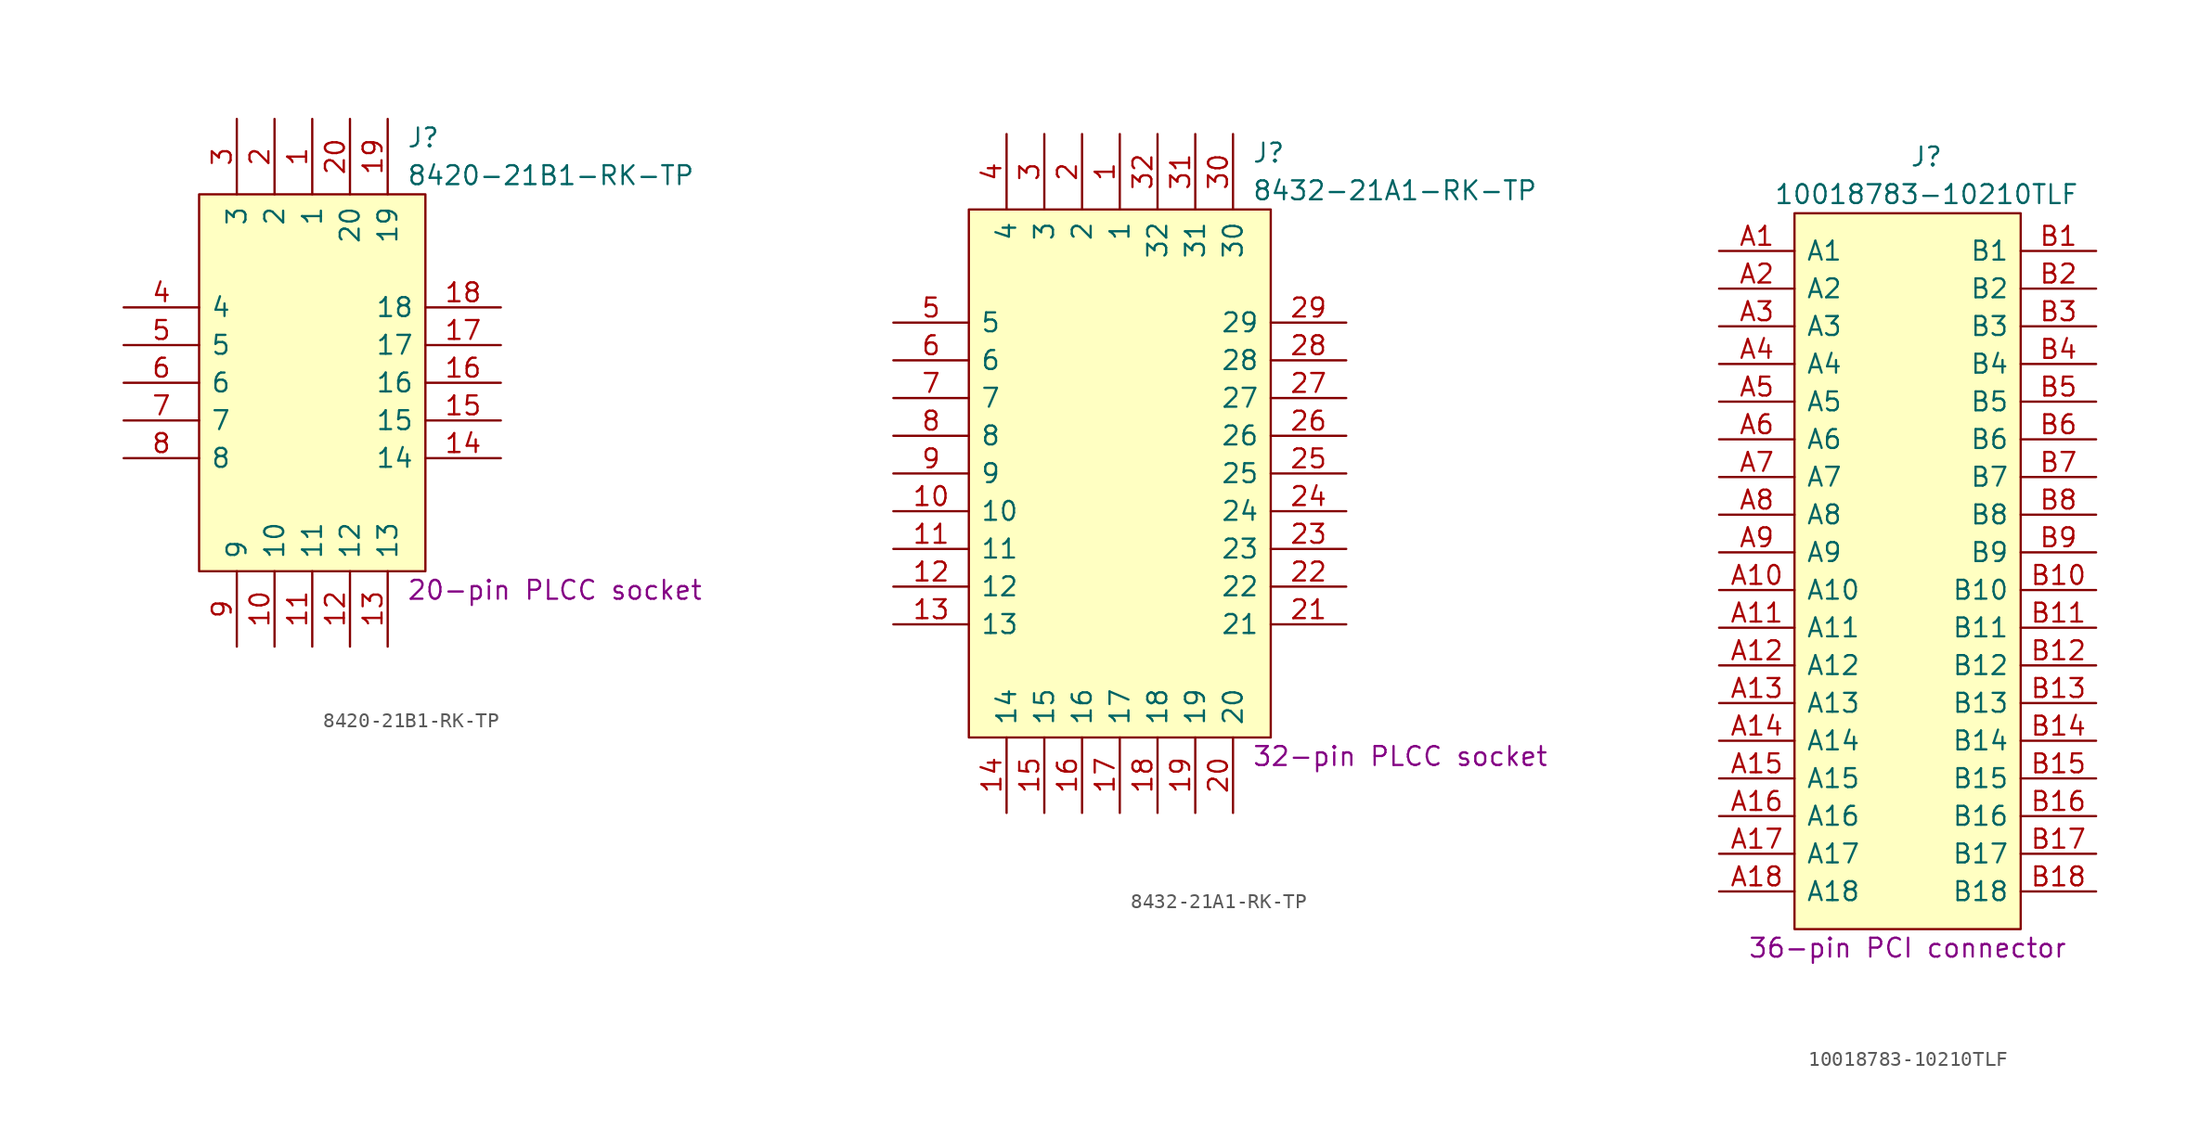
<source format=kicad_sym>
(kicad_symbol_lib
  (version 20220914)
  (generator kicad_symbol_editor)
  (symbol "8420-21B1-RK-TP"
    (pin_names
      (offset 0.762))
    (property "Reference" "J"
      (at 19.05 11.43 0)
      (effects (font (size 1.27 1.27)) (justify left)))
    (property "Value" "8420-21B1-RK-TP"
      (at 19.05 8.89 0)
      (effects (font (size 1.27 1.27)) (justify left)))
    (property "Description" "20-pin PLCC socket"
      (at 19.05 -19.05 0)
      (effects (font (size 1.27 1.27)) (justify left)))
    (symbol "8420-21B1-RK-TP_0_0"
      (pin passive line (at 12.7 12.7 270) (length 5.08) (name "1" (effects (font (size 1.27 1.27)))) (number "1" (effects (font (size 1.27 1.27)))))
      (pin passive line (at 10.16 -22.86 90) (length 5.08) (name "10" (effects (font (size 1.27 1.27)))) (number "10" (effects (font (size 1.27 1.27)))))
      (pin passive line (at 12.7 -22.86 90) (length 5.08) (name "11" (effects (font (size 1.27 1.27)))) (number "11" (effects (font (size 1.27 1.27)))))
      (pin passive line (at 15.24 -22.86 90) (length 5.08) (name "12" (effects (font (size 1.27 1.27)))) (number "12" (effects (font (size 1.27 1.27)))))
      (pin passive line (at 17.78 -22.86 90) (length 5.08) (name "13" (effects (font (size 1.27 1.27)))) (number "13" (effects (font (size 1.27 1.27)))))
      (pin passive line (at 25.4 -10.16 180) (length 5.08) (name "14" (effects (font (size 1.27 1.27)))) (number "14" (effects (font (size 1.27 1.27)))))
      (pin passive line (at 25.4 -7.62 180) (length 5.08) (name "15" (effects (font (size 1.27 1.27)))) (number "15" (effects (font (size 1.27 1.27)))))
      (pin passive line (at 25.4 -5.08 180) (length 5.08) (name "16" (effects (font (size 1.27 1.27)))) (number "16" (effects (font (size 1.27 1.27)))))
      (pin passive line (at 25.4 -2.54 180) (length 5.08) (name "17" (effects (font (size 1.27 1.27)))) (number "17" (effects (font (size 1.27 1.27)))))
      (pin passive line (at 25.4 0 180) (length 5.08) (name "18" (effects (font (size 1.27 1.27)))) (number "18" (effects (font (size 1.27 1.27)))))
      (pin passive line (at 17.78 12.7 270) (length 5.08) (name "19" (effects (font (size 1.27 1.27)))) (number "19" (effects (font (size 1.27 1.27)))))
      (pin passive line (at 10.16 12.7 270) (length 5.08) (name "2" (effects (font (size 1.27 1.27)))) (number "2" (effects (font (size 1.27 1.27)))))
      (pin passive line (at 15.24 12.7 270) (length 5.08) (name "20" (effects (font (size 1.27 1.27)))) (number "20" (effects (font (size 1.27 1.27)))))
      (pin passive line (at 7.62 12.7 270) (length 5.08) (name "3" (effects (font (size 1.27 1.27)))) (number "3" (effects (font (size 1.27 1.27)))))
      (pin passive line (at 0 0 0) (length 5.08) (name "4" (effects (font (size 1.27 1.27)))) (number "4" (effects (font (size 1.27 1.27)))))
      (pin passive line (at 0 -2.54 0) (length 5.08) (name "5" (effects (font (size 1.27 1.27)))) (number "5" (effects (font (size 1.27 1.27)))))
      (pin passive line (at 0 -5.08 0) (length 5.08) (name "6" (effects (font (size 1.27 1.27)))) (number "6" (effects (font (size 1.27 1.27)))))
      (pin passive line (at 0 -7.62 0) (length 5.08) (name "7" (effects (font (size 1.27 1.27)))) (number "7" (effects (font (size 1.27 1.27)))))
      (pin passive line (at 0 -10.16 0) (length 5.08) (name "8" (effects (font (size 1.27 1.27)))) (number "8" (effects (font (size 1.27 1.27)))))
      (pin passive line (at 7.62 -22.86 90) (length 5.08) (name "9" (effects (font (size 1.27 1.27)))) (number "9" (effects (font (size 1.27 1.27))))))
    (symbol "8420-21B1-RK-TP_0_1"
      (polyline (pts (xy 5.08 7.62) (xy 20.32 7.62) (xy 20.32 -17.78) (xy 5.08 -17.78) (xy 5.08 7.62)) (stroke (width 0.152) (type default)) (fill (type background)))))
  (symbol "8432-21A1-RK-TP"
    (pin_names
      (offset 0.762))
    (property "Reference" "J"
      (at 24.13 11.43 0)
      (effects (font (size 1.27 1.27)) (justify left)))
    (property "Value" "8432-21A1-RK-TP"
      (at 24.13 8.89 0)
      (effects (font (size 1.27 1.27)) (justify left)))
    (property "Description" "32-pin PLCC socket"
      (at 24.13 -29.21 0)
      (effects (font (size 1.27 1.27)) (justify left)))
    (symbol "8432-21A1-RK-TP_0_0"
      (pin passive line (at 15.24 12.7 270) (length 5.08) (name "1" (effects (font (size 1.27 1.27)))) (number "1" (effects (font (size 1.27 1.27)))))
      (pin passive line (at 0 -12.7 0) (length 5.08) (name "10" (effects (font (size 1.27 1.27)))) (number "10" (effects (font (size 1.27 1.27)))))
      (pin passive line (at 0 -15.24 0) (length 5.08) (name "11" (effects (font (size 1.27 1.27)))) (number "11" (effects (font (size 1.27 1.27)))))
      (pin passive line (at 0 -17.78 0) (length 5.08) (name "12" (effects (font (size 1.27 1.27)))) (number "12" (effects (font (size 1.27 1.27)))))
      (pin passive line (at 0 -20.32 0) (length 5.08) (name "13" (effects (font (size 1.27 1.27)))) (number "13" (effects (font (size 1.27 1.27)))))
      (pin passive line (at 7.62 -33.02 90) (length 5.08) (name "14" (effects (font (size 1.27 1.27)))) (number "14" (effects (font (size 1.27 1.27)))))
      (pin passive line (at 10.16 -33.02 90) (length 5.08) (name "15" (effects (font (size 1.27 1.27)))) (number "15" (effects (font (size 1.27 1.27)))))
      (pin passive line (at 12.7 -33.02 90) (length 5.08) (name "16" (effects (font (size 1.27 1.27)))) (number "16" (effects (font (size 1.27 1.27)))))
      (pin passive line (at 15.24 -33.02 90) (length 5.08) (name "17" (effects (font (size 1.27 1.27)))) (number "17" (effects (font (size 1.27 1.27)))))
      (pin passive line (at 17.78 -33.02 90) (length 5.08) (name "18" (effects (font (size 1.27 1.27)))) (number "18" (effects (font (size 1.27 1.27)))))
      (pin passive line (at 20.32 -33.02 90) (length 5.08) (name "19" (effects (font (size 1.27 1.27)))) (number "19" (effects (font (size 1.27 1.27)))))
      (pin passive line (at 12.7 12.7 270) (length 5.08) (name "2" (effects (font (size 1.27 1.27)))) (number "2" (effects (font (size 1.27 1.27)))))
      (pin passive line (at 22.86 -33.02 90) (length 5.08) (name "20" (effects (font (size 1.27 1.27)))) (number "20" (effects (font (size 1.27 1.27)))))
      (pin passive line (at 30.48 -20.32 180) (length 5.08) (name "21" (effects (font (size 1.27 1.27)))) (number "21" (effects (font (size 1.27 1.27)))))
      (pin passive line (at 30.48 -17.78 180) (length 5.08) (name "22" (effects (font (size 1.27 1.27)))) (number "22" (effects (font (size 1.27 1.27)))))
      (pin passive line (at 30.48 -15.24 180) (length 5.08) (name "23" (effects (font (size 1.27 1.27)))) (number "23" (effects (font (size 1.27 1.27)))))
      (pin passive line (at 30.48 -12.7 180) (length 5.08) (name "24" (effects (font (size 1.27 1.27)))) (number "24" (effects (font (size 1.27 1.27)))))
      (pin passive line (at 30.48 -10.16 180) (length 5.08) (name "25" (effects (font (size 1.27 1.27)))) (number "25" (effects (font (size 1.27 1.27)))))
      (pin passive line (at 30.48 -7.62 180) (length 5.08) (name "26" (effects (font (size 1.27 1.27)))) (number "26" (effects (font (size 1.27 1.27)))))
      (pin passive line (at 30.48 -5.08 180) (length 5.08) (name "27" (effects (font (size 1.27 1.27)))) (number "27" (effects (font (size 1.27 1.27)))))
      (pin passive line (at 30.48 -2.54 180) (length 5.08) (name "28" (effects (font (size 1.27 1.27)))) (number "28" (effects (font (size 1.27 1.27)))))
      (pin passive line (at 30.48 0 180) (length 5.08) (name "29" (effects (font (size 1.27 1.27)))) (number "29" (effects (font (size 1.27 1.27)))))
      (pin passive line (at 10.16 12.7 270) (length 5.08) (name "3" (effects (font (size 1.27 1.27)))) (number "3" (effects (font (size 1.27 1.27)))))
      (pin passive line (at 22.86 12.7 270) (length 5.08) (name "30" (effects (font (size 1.27 1.27)))) (number "30" (effects (font (size 1.27 1.27)))))
      (pin passive line (at 20.32 12.7 270) (length 5.08) (name "31" (effects (font (size 1.27 1.27)))) (number "31" (effects (font (size 1.27 1.27)))))
      (pin passive line (at 17.78 12.7 270) (length 5.08) (name "32" (effects (font (size 1.27 1.27)))) (number "32" (effects (font (size 1.27 1.27)))))
      (pin passive line (at 7.62 12.7 270) (length 5.08) (name "4" (effects (font (size 1.27 1.27)))) (number "4" (effects (font (size 1.27 1.27)))))
      (pin passive line (at 0 0 0) (length 5.08) (name "5" (effects (font (size 1.27 1.27)))) (number "5" (effects (font (size 1.27 1.27)))))
      (pin passive line (at 0 -2.54 0) (length 5.08) (name "6" (effects (font (size 1.27 1.27)))) (number "6" (effects (font (size 1.27 1.27)))))
      (pin passive line (at 0 -5.08 0) (length 5.08) (name "7" (effects (font (size 1.27 1.27)))) (number "7" (effects (font (size 1.27 1.27)))))
      (pin passive line (at 0 -7.62 0) (length 5.08) (name "8" (effects (font (size 1.27 1.27)))) (number "8" (effects (font (size 1.27 1.27)))))
      (pin passive line (at 0 -10.16 0) (length 5.08) (name "9" (effects (font (size 1.27 1.27)))) (number "9" (effects (font (size 1.27 1.27))))))
    (symbol "8432-21A1-RK-TP_0_1"
      (polyline (pts (xy 5.08 7.62) (xy 25.4 7.62) (xy 25.4 -27.94) (xy 5.08 -27.94) (xy 5.08 7.62)) (stroke (width 0.152) (type default)) (fill (type background)))))
  (symbol "10018783-10210TLF"
    (pin_names
      (offset 0.762))
    (property "Reference" "J"
      (at 13.97 6.35 0)
      (effects (font (size 1.27 1.27))))
    (property "Value" "10018783-10210TLF"
      (at 13.97 3.81 0)
      (effects (font (size 1.27 1.27))))
    (property "Description" "36-pin PCI connector"
      (at 12.7 -46.99 0)
      (effects (font (size 1.27 1.27))))
    (symbol "10018783-10210TLF_0_0"
      (pin passive line (at 0 0 0) (length 5.08) (name "A1" (effects (font (size 1.27 1.27)))) (number "A1" (effects (font (size 1.27 1.27)))))
      (pin passive line (at 0 -22.86 0) (length 5.08) (name "A10" (effects (font (size 1.27 1.27)))) (number "A10" (effects (font (size 1.27 1.27)))))
      (pin passive line (at 0 -25.4 0) (length 5.08) (name "A11" (effects (font (size 1.27 1.27)))) (number "A11" (effects (font (size 1.27 1.27)))))
      (pin passive line (at 0 -27.94 0) (length 5.08) (name "A12" (effects (font (size 1.27 1.27)))) (number "A12" (effects (font (size 1.27 1.27)))))
      (pin passive line (at 0 -30.48 0) (length 5.08) (name "A13" (effects (font (size 1.27 1.27)))) (number "A13" (effects (font (size 1.27 1.27)))))
      (pin passive line (at 0 -33.02 0) (length 5.08) (name "A14" (effects (font (size 1.27 1.27)))) (number "A14" (effects (font (size 1.27 1.27)))))
      (pin passive line (at 0 -35.56 0) (length 5.08) (name "A15" (effects (font (size 1.27 1.27)))) (number "A15" (effects (font (size 1.27 1.27)))))
      (pin passive line (at 0 -38.1 0) (length 5.08) (name "A16" (effects (font (size 1.27 1.27)))) (number "A16" (effects (font (size 1.27 1.27)))))
      (pin passive line (at 0 -40.64 0) (length 5.08) (name "A17" (effects (font (size 1.27 1.27)))) (number "A17" (effects (font (size 1.27 1.27)))))
      (pin passive line (at 0 -43.18 0) (length 5.08) (name "A18" (effects (font (size 1.27 1.27)))) (number "A18" (effects (font (size 1.27 1.27)))))
      (pin passive line (at 0 -2.54 0) (length 5.08) (name "A2" (effects (font (size 1.27 1.27)))) (number "A2" (effects (font (size 1.27 1.27)))))
      (pin passive line (at 0 -5.08 0) (length 5.08) (name "A3" (effects (font (size 1.27 1.27)))) (number "A3" (effects (font (size 1.27 1.27)))))
      (pin passive line (at 0 -7.62 0) (length 5.08) (name "A4" (effects (font (size 1.27 1.27)))) (number "A4" (effects (font (size 1.27 1.27)))))
      (pin passive line (at 0 -10.16 0) (length 5.08) (name "A5" (effects (font (size 1.27 1.27)))) (number "A5" (effects (font (size 1.27 1.27)))))
      (pin passive line (at 0 -12.7 0) (length 5.08) (name "A6" (effects (font (size 1.27 1.27)))) (number "A6" (effects (font (size 1.27 1.27)))))
      (pin passive line (at 0 -15.24 0) (length 5.08) (name "A7" (effects (font (size 1.27 1.27)))) (number "A7" (effects (font (size 1.27 1.27)))))
      (pin passive line (at 0 -17.78 0) (length 5.08) (name "A8" (effects (font (size 1.27 1.27)))) (number "A8" (effects (font (size 1.27 1.27)))))
      (pin passive line (at 0 -20.32 0) (length 5.08) (name "A9" (effects (font (size 1.27 1.27)))) (number "A9" (effects (font (size 1.27 1.27)))))
      (pin passive line (at 25.4 0 180) (length 5.08) (name "B1" (effects (font (size 1.27 1.27)))) (number "B1" (effects (font (size 1.27 1.27)))))
      (pin passive line (at 25.4 -22.86 180) (length 5.08) (name "B10" (effects (font (size 1.27 1.27)))) (number "B10" (effects (font (size 1.27 1.27)))))
      (pin passive line (at 25.4 -25.4 180) (length 5.08) (name "B11" (effects (font (size 1.27 1.27)))) (number "B11" (effects (font (size 1.27 1.27)))))
      (pin passive line (at 25.4 -27.94 180) (length 5.08) (name "B12" (effects (font (size 1.27 1.27)))) (number "B12" (effects (font (size 1.27 1.27)))))
      (pin passive line (at 25.4 -30.48 180) (length 5.08) (name "B13" (effects (font (size 1.27 1.27)))) (number "B13" (effects (font (size 1.27 1.27)))))
      (pin passive line (at 25.4 -33.02 180) (length 5.08) (name "B14" (effects (font (size 1.27 1.27)))) (number "B14" (effects (font (size 1.27 1.27)))))
      (pin passive line (at 25.4 -35.56 180) (length 5.08) (name "B15" (effects (font (size 1.27 1.27)))) (number "B15" (effects (font (size 1.27 1.27)))))
      (pin passive line (at 25.4 -38.1 180) (length 5.08) (name "B16" (effects (font (size 1.27 1.27)))) (number "B16" (effects (font (size 1.27 1.27)))))
      (pin passive line (at 25.4 -40.64 180) (length 5.08) (name "B17" (effects (font (size 1.27 1.27)))) (number "B17" (effects (font (size 1.27 1.27)))))
      (pin passive line (at 25.4 -43.18 180) (length 5.08) (name "B18" (effects (font (size 1.27 1.27)))) (number "B18" (effects (font (size 1.27 1.27)))))
      (pin passive line (at 25.4 -2.54 180) (length 5.08) (name "B2" (effects (font (size 1.27 1.27)))) (number "B2" (effects (font (size 1.27 1.27)))))
      (pin passive line (at 25.4 -5.08 180) (length 5.08) (name "B3" (effects (font (size 1.27 1.27)))) (number "B3" (effects (font (size 1.27 1.27)))))
      (pin passive line (at 25.4 -7.62 180) (length 5.08) (name "B4" (effects (font (size 1.27 1.27)))) (number "B4" (effects (font (size 1.27 1.27)))))
      (pin passive line (at 25.4 -10.16 180) (length 5.08) (name "B5" (effects (font (size 1.27 1.27)))) (number "B5" (effects (font (size 1.27 1.27)))))
      (pin passive line (at 25.4 -12.7 180) (length 5.08) (name "B6" (effects (font (size 1.27 1.27)))) (number "B6" (effects (font (size 1.27 1.27)))))
      (pin passive line (at 25.4 -15.24 180) (length 5.08) (name "B7" (effects (font (size 1.27 1.27)))) (number "B7" (effects (font (size 1.27 1.27)))))
      (pin passive line (at 25.4 -17.78 180) (length 5.08) (name "B8" (effects (font (size 1.27 1.27)))) (number "B8" (effects (font (size 1.27 1.27)))))
      (pin passive line (at 25.4 -20.32 180) (length 5.08) (name "B9" (effects (font (size 1.27 1.27)))) (number "B9" (effects (font (size 1.27 1.27))))))
    (symbol "10018783-10210TLF_0_1"
      (polyline (pts (xy 5.08 2.54) (xy 20.32 2.54) (xy 20.32 -45.72) (xy 5.08 -45.72) (xy 5.08 2.54)) (stroke (width 0.152) (type default)) (fill (type background))))))
</source>
